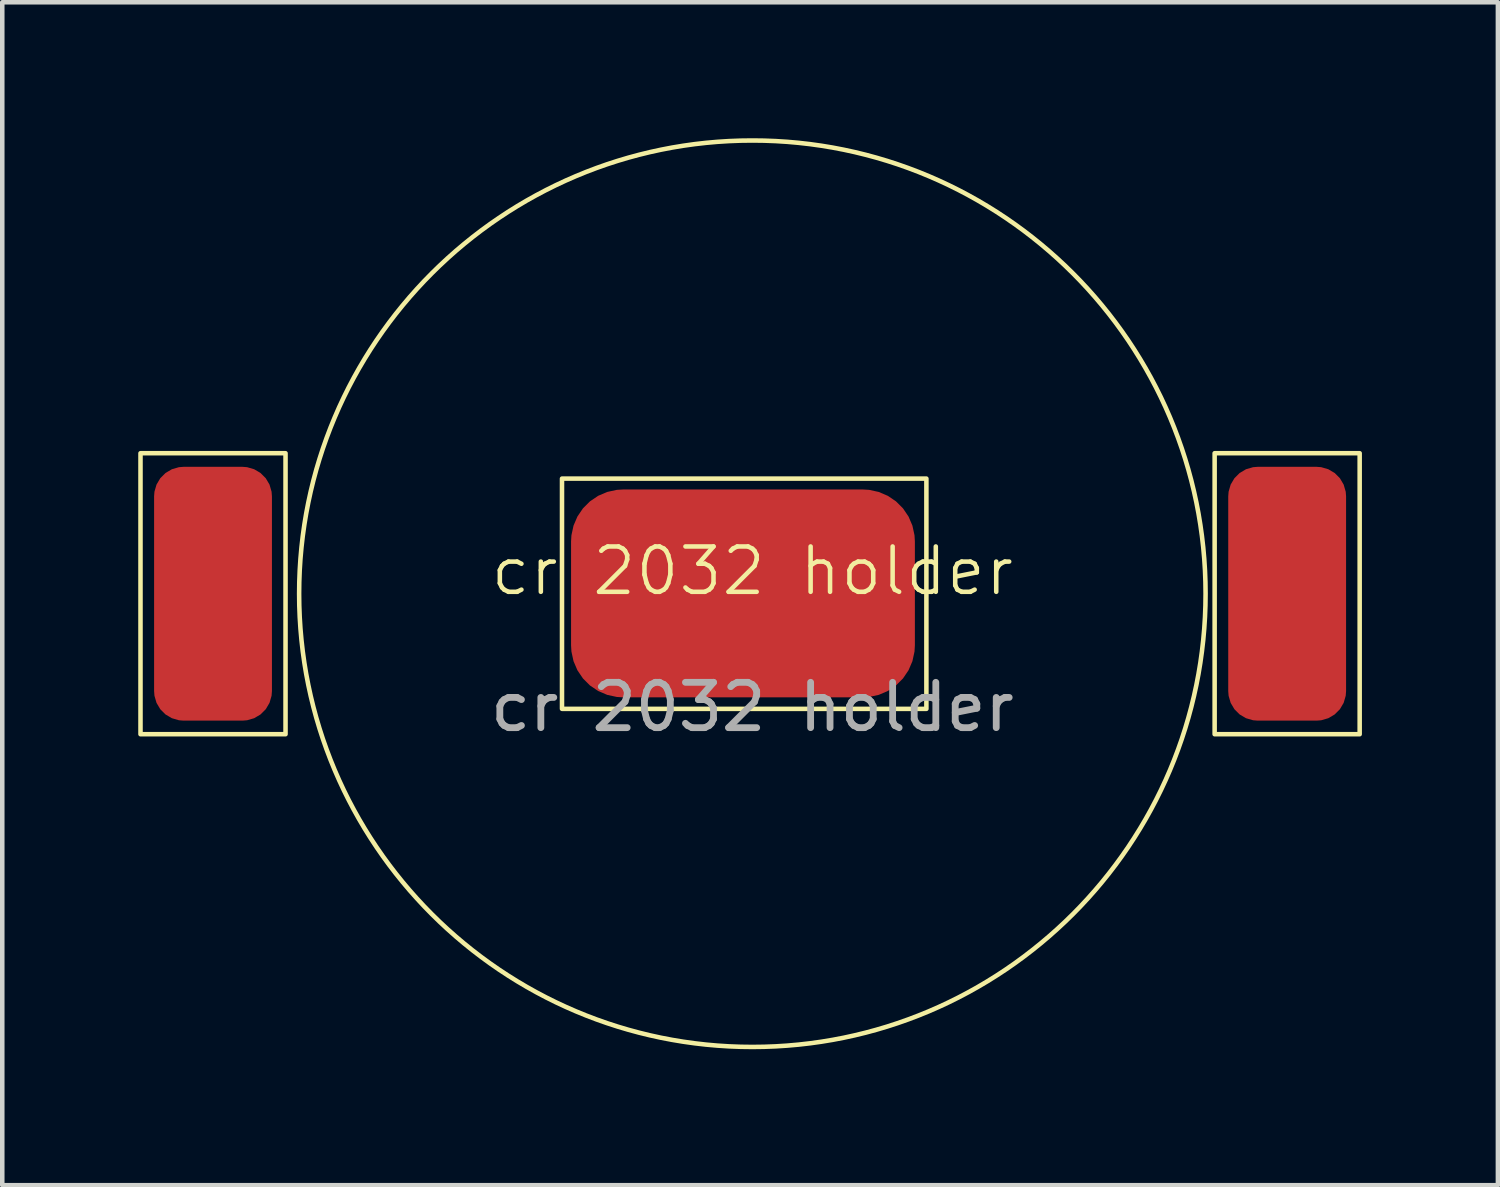
<source format=kicad_pcb>
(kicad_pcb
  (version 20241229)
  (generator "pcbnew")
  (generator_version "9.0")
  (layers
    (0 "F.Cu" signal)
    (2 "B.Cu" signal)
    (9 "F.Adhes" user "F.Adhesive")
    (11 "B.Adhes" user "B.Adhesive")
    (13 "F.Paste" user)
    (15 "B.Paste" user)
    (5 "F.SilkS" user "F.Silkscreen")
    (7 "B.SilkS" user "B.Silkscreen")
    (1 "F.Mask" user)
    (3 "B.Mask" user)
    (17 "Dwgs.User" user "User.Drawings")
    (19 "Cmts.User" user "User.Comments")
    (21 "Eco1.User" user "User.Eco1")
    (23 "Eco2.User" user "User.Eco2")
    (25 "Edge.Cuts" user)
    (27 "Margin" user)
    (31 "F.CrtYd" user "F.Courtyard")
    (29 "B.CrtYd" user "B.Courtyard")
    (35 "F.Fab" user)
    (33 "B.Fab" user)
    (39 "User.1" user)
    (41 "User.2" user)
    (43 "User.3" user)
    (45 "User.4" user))
  (footprint "cr 2032 holder"
    (layer "F.Cu")
    (at 13.55 10.05)
    (property "Reference" "cr 2032 holder" (at 0 -0.5 0) (unlocked yes) (layer "F.SilkS") (effects (font (size 1 1) (thickness 0.1))))
    (attr smd)
    (fp_rect (start -13.5 -3.1) (end -10.3 3.1) (stroke (width 0.1) (type default)) (fill no) (layer "F.SilkS"))
    (fp_rect (start -4.2 -2.54) (end 3.84 2.54) (stroke (width 0.1) (type default)) (fill no) (layer "F.SilkS"))
    (fp_rect (start 10.2 -3.1) (end 13.4 3.1) (stroke (width 0.1) (type default)) (fill no) (layer "F.SilkS"))
    (fp_circle (center 0 0) (end 0 -10) (stroke (width 0.1) (type default)) (fill no) (layer "F.SilkS"))
    (fp_text user "${REFERENCE}" (at 0 2.5 0) (unlocked yes) (layer "F.Fab") (effects (font (size 1 1) (thickness 0.15))))
    (pad "1" smd roundrect (at -11.9 0) (size 2.6 5.6) (layers "F.Cu" "F.Mask" "F.Paste") (roundrect_rratio 0.25))
    (pad "1" smd roundrect (at 11.8 0) (size 2.6 5.6) (layers "F.Cu" "F.Mask" "F.Paste") (roundrect_rratio 0.25))
    (pad "2" smd roundrect (at -0.207 -0.007) (size 7.586 4.586) (layers "F.Cu" "F.Mask" "F.Paste") (roundrect_rratio 0.25)))
  (gr_rect
    (start -3 -3)
    (end 30 23.1)
    (stroke (width 0.1) (type default))
    (fill no)
    (layer "Edge.Cuts")))
</source>
